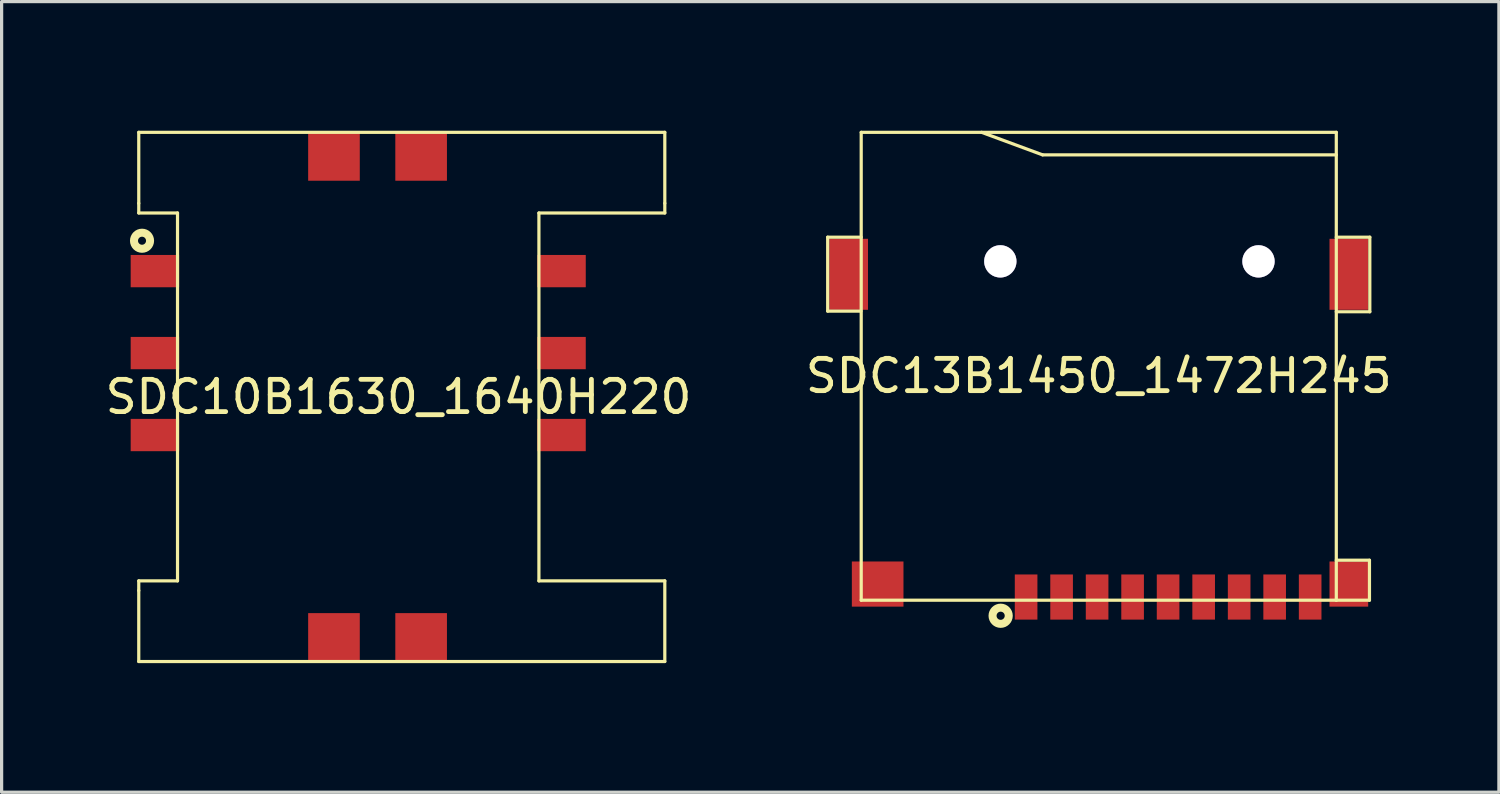
<source format=kicad_pcb>
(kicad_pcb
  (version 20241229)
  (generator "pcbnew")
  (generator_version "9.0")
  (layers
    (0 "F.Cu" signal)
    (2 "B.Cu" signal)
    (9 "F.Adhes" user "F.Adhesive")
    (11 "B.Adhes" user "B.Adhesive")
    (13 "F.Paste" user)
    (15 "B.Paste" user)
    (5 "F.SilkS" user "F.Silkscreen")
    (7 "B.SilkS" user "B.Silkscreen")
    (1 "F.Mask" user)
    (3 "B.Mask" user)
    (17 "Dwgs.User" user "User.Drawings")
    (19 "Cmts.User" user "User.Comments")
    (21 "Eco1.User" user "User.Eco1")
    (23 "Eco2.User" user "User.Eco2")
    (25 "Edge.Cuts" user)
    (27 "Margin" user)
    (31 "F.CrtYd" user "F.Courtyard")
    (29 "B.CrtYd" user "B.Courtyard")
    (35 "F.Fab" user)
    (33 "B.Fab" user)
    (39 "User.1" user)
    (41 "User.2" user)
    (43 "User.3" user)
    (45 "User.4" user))
  (footprint "SDC13B1450_1472H245"
    (layer "F.Cu")
    (at 30.998 8.6)
    (property "Reference" "SDC13B1450_1472H245" (at 0 0 0) (layer "F.SilkS") (effects (font (size 1 1) (thickness 0.15))))
    (fp_line (start -8.4 -4.3) (end -8.4 -2.009) (stroke (width 0.099) (type default)) (layer "F.SilkS"))
    (fp_line (start -7.371 -2.009) (end -8.4 -2.009) (stroke (width 0.099) (type default)) (layer "F.SilkS"))
    (fp_line (start -7.361 -7.549) (end -7.361 6.949) (stroke (width 0.099) (type default)) (layer "F.SilkS"))
    (fp_line (start -7.361 -4.3) (end -8.4 -4.3) (stroke (width 0.099) (type default)) (layer "F.SilkS"))
    (fp_line (start -1.74 -6.851) (end -3.63 -7.549) (stroke (width 0.099) (type default)) (layer "F.SilkS"))
    (fp_line (start 7.361 -7.549) (end -7.361 -7.549) (stroke (width 0.099) (type default)) (layer "F.SilkS"))
    (fp_line (start 7.361 -7.549) (end 7.361 6.949) (stroke (width 0.099) (type default)) (layer "F.SilkS"))
    (fp_line (start 7.361 -6.851) (end -1.74 -6.851) (stroke (width 0.099) (type default)) (layer "F.SilkS"))
    (fp_line (start 7.361 6.949) (end -7.361 6.949) (stroke (width 0.099) (type default)) (layer "F.SilkS"))
    (fp_line (start 8.389 5.71) (end 7.361 5.71) (stroke (width 0.099) (type default)) (layer "F.SilkS"))
    (fp_line (start 8.389 5.71) (end 8.389 6.949) (stroke (width 0.099) (type default)) (layer "F.SilkS"))
    (fp_line (start 8.389 6.949) (end 7.361 6.949) (stroke (width 0.099) (type default)) (layer "F.SilkS"))
    (fp_line (start 8.4 -4.3) (end 7.361 -4.3) (stroke (width 0.099) (type default)) (layer "F.SilkS"))
    (fp_line (start 8.4 -4.3) (end 8.4 -1.989) (stroke (width 0.099) (type default)) (layer "F.SilkS"))
    (fp_line (start 8.4 -1.989) (end 7.361 -1.989) (stroke (width 0.099) (type default)) (layer "F.SilkS"))
    (fp_circle (center -3.04 7.431) (end -2.789 7.431) (stroke (width 0.249) (type default)) (fill no) (layer "F.SilkS"))
    (fp_line (start -9.35 -8.55) (end -9.35 8.55) (stroke (width 0.025) (type default)) (layer "User.1"))
    (fp_line (start 9.35 -8.55) (end -9.35 -8.55) (stroke (width 0.025) (type default)) (layer "User.1"))
    (fp_line (start 9.35 -8.55) (end 9.35 8.55) (stroke (width 0.025) (type default)) (layer "User.1"))
    (fp_line (start 9.35 8.55) (end -9.35 8.55) (stroke (width 0.025) (type default)) (layer "User.1"))
    (fp_poly (pts (xy 7.361 6.949) (xy 7.361 -7.549) (xy -7.361 -7.549) (xy -7.361 6.949)) (stroke (width 0.1) (type default)) (fill no) (layer "User.1"))
    (fp_poly (pts (xy 7.361 6.949) (xy 7.361 -7.549) (xy -7.361 -7.549) (xy -7.361 6.949)) (stroke (width 0.1) (type default)) (fill no) (layer "User.1"))
    (fp_poly (pts (xy 9.35 -8.55) (xy 7.389 -8.55) (xy 7.389 6.98) (xy -7.381 6.98) (xy -7.381 -7.569) (xy 7.361 -7.569) (xy 7.361 -8.55) (xy -9.35 -8.55) (xy -9.35 8.55) (xy 9.35 8.55)) (stroke (width 0.1) (type default)) (fill no) (layer "User.1"))
    (fp_poly (pts (xy 9.35 -8.55) (xy 7.389 -8.55) (xy 7.389 6.98) (xy -7.381 6.98) (xy -7.381 -7.569) (xy 7.361 -7.569) (xy 7.361 -8.55) (xy -9.35 -8.55) (xy -9.35 8.55) (xy 9.35 8.55)) (stroke (width 0.1) (type default)) (fill no) (layer "User.1"))
    (pad "1" smd rect (at -2.251 6.851 180) (size 0.701 1.399) (layers "F.Cu" "F.Mask" "F.Paste"))
    (pad "2" smd rect (at -1.151 6.851 180) (size 0.701 1.399) (layers "F.Cu" "F.Mask" "F.Paste"))
    (pad "3" smd rect (at -0.051 6.851 180) (size 0.701 1.399) (layers "F.Cu" "F.Mask" "F.Paste"))
    (pad "4" smd rect (at 1.049 6.851 180) (size 0.701 1.399) (layers "F.Cu" "F.Mask" "F.Paste"))
    (pad "5" smd rect (at 2.149 6.851 180) (size 0.701 1.399) (layers "F.Cu" "F.Mask" "F.Paste"))
    (pad "6" smd rect (at 3.251 6.851 180) (size 0.701 1.399) (layers "F.Cu" "F.Mask" "F.Paste"))
    (pad "7" smd rect (at 4.351 6.851 180) (size 0.701 1.399) (layers "F.Cu" "F.Mask" "F.Paste"))
    (pad "8" smd rect (at 5.451 6.851 180) (size 0.701 1.399) (layers "F.Cu" "F.Mask" "F.Paste"))
    (pad "9" smd rect (at 6.551 6.851 180) (size 0.701 1.399) (layers "F.Cu" "F.Mask" "F.Paste"))
    (pad "10" smd rect (at 7.75 6.449 180) (size 1.199 1.399) (layers "F.Cu" "F.Mask" "F.Paste"))
    (pad "11" smd rect (at -6.851 6.449 180) (size 1.6 1.399) (layers "F.Cu" "F.Mask" "F.Paste"))
    (pad "12" smd rect (at 7.75 -3.15 180) (size 1.199 2.2) (layers "F.Cu" "F.Mask" "F.Paste"))
    (pad "13" smd rect (at -7.75 -3.15 180) (size 1.199 2.2) (layers "F.Cu" "F.Mask" "F.Paste"))
    (pad "14" thru_hole circle (at -3.05 -3.551 180) (size 1.001 1.001) (drill 1.001) (layers "*.Cu" "*.Mask"))
    (pad "15" thru_hole circle (at 4.95 -3.551 180) (size 1.001 1.001) (drill 1.001) (layers "*.Cu" "*.Mask"))
    (zone (net_name "") (layer "Edge.Cuts") (hatch edge 0.5) (connect_pads) (min_thickness 0.25) (filled_areas_thickness no) (keepout (tracks not_allowed) (vias not_allowed) (pads not_allowed) (copperpour not_allowed) (footprints allowed)) (placement (enabled no)) (fill) (polygon (pts (xy 28.118 4.417) (xy 28.276 4.482) (xy 28.412 4.587) (xy 28.516 4.722) (xy 28.581 4.88) (xy 28.604 5.05) (xy 28.581 5.22) (xy 28.516 5.378) (xy 28.412 5.513) (xy 28.276 5.617) (xy 28.118 5.683) (xy 27.948 5.705) (xy 27.779 5.683) (xy 27.621 5.617) (xy 27.485 5.513) (xy 27.381 5.378) (xy 27.316 5.22) (xy 27.293 5.05) (xy 27.316 4.88) (xy 27.381 4.722) (xy 27.485 4.587) (xy 27.621 4.482) (xy 27.779 4.417) (xy 27.948 4.394))))
    (zone (net_name "") (layer "Edge.Cuts") (hatch edge 0.5) (connect_pads) (min_thickness 0.25) (filled_areas_thickness no) (keepout (tracks not_allowed) (vias not_allowed) (pads not_allowed) (copperpour not_allowed) (footprints allowed)) (placement (enabled no)) (fill) (polygon (pts (xy 36.118 4.415) (xy 36.276 4.481) (xy 36.413 4.585) (xy 36.517 4.721) (xy 36.583 4.88) (xy 36.605 5.05) (xy 36.583 5.22) (xy 36.517 5.378) (xy 36.413 5.514) (xy 36.276 5.618) (xy 36.118 5.684) (xy 35.949 5.706) (xy 35.779 5.684) (xy 35.62 5.618) (xy 35.484 5.514) (xy 35.38 5.378) (xy 35.315 5.22) (xy 35.292 5.05) (xy 35.315 4.88) (xy 35.38 4.721) (xy 35.484 4.585) (xy 35.62 4.481) (xy 35.779 4.415) (xy 35.949 4.394)))))
  (footprint "SDC10B1630_1640H220"
    (layer "F.Cu")
    (at 9.3 9.25)
    (property "Reference" "SDC10B1630_1640H220" (at 0 0 0) (layer "F.SilkS") (effects (font (size 1 1) (thickness 0.15))))
    (fp_line (start -8.05 -8.199) (end -8.05 -6) (stroke (width 0.099) (type default)) (layer "F.SilkS"))
    (fp_line (start -8.05 -6) (end -8.05 -5.7) (stroke (width 0.099) (type default)) (layer "F.SilkS"))
    (fp_line (start -8.05 5.7) (end -8.05 6) (stroke (width 0.099) (type default)) (layer "F.SilkS"))
    (fp_line (start -8.05 6) (end -8.05 8.199) (stroke (width 0.099) (type default)) (layer "F.SilkS"))
    (fp_line (start -6.849 -5.7) (end -8.05 -5.7) (stroke (width 0.099) (type default)) (layer "F.SilkS"))
    (fp_line (start -6.849 -5.7) (end -6.849 5.7) (stroke (width 0.099) (type default)) (layer "F.SilkS"))
    (fp_line (start -6.849 5.7) (end -8.05 5.7) (stroke (width 0.099) (type default)) (layer "F.SilkS"))
    (fp_line (start 4.35 -5.7) (end 4.35 5.7) (stroke (width 0.099) (type default)) (layer "F.SilkS"))
    (fp_line (start 8.251 -8.199) (end -8.05 -8.199) (stroke (width 0.099) (type default)) (layer "F.SilkS"))
    (fp_line (start 8.251 -8.199) (end 8.251 -6) (stroke (width 0.099) (type default)) (layer "F.SilkS"))
    (fp_line (start 8.251 -6) (end 8.251 -5.7) (stroke (width 0.099) (type default)) (layer "F.SilkS"))
    (fp_line (start 8.251 -5.7) (end 4.35 -5.7) (stroke (width 0.099) (type default)) (layer "F.SilkS"))
    (fp_line (start 8.251 5.7) (end 4.35 5.7) (stroke (width 0.099) (type default)) (layer "F.SilkS"))
    (fp_line (start 8.251 5.7) (end 8.251 8.199) (stroke (width 0.099) (type default)) (layer "F.SilkS"))
    (fp_line (start 8.251 8.199) (end -8.05 8.199) (stroke (width 0.099) (type default)) (layer "F.SilkS"))
    (fp_circle (center -7.949 -4.84) (end -7.7 -4.84) (stroke (width 0.249) (type default)) (fill no) (layer "F.SilkS"))
    (fp_line (start -9.249 -9.2) (end -9.249 9.2) (stroke (width 0.025) (type default)) (layer "User.1"))
    (fp_line (start -8.048 -8.199) (end -8.048 8.201) (stroke (width 0.025) (type default)) (layer "User.1"))
    (fp_line (start -7.55 2.499) (end -7.149 2.901) (stroke (width 0.025) (type default)) (layer "User.1"))
    (fp_line (start -7.149 2.901) (end -8.749 2.901) (stroke (width 0.025) (type default)) (layer "User.1"))
    (fp_line (start -7.149 2.901) (end -7.55 3.3) (stroke (width 0.025) (type default)) (layer "User.1"))
    (fp_line (start 8.251 -8.199) (end -8.048 -8.199) (stroke (width 0.025) (type default)) (layer "User.1"))
    (fp_line (start 8.251 -8.199) (end 8.251 8.201) (stroke (width 0.025) (type default)) (layer "User.1"))
    (fp_line (start 8.251 8.201) (end -8.048 8.201) (stroke (width 0.025) (type default)) (layer "User.1"))
    (fp_line (start 9.249 -9.2) (end -9.249 -9.2) (stroke (width 0.025) (type default)) (layer "User.1"))
    (fp_line (start 9.249 -9.2) (end 9.249 9.2) (stroke (width 0.025) (type default)) (layer "User.1"))
    (fp_line (start 9.249 9.2) (end -9.249 9.2) (stroke (width 0.025) (type default)) (layer "User.1"))
    (fp_poly (pts (xy 9.249 -9.2) (xy 8.3 -9.2) (xy 8.3 8.22) (xy -8.06 8.22) (xy -8.06 -8.22) (xy 8.251 -8.22) (xy 8.251 -9.2) (xy -9.249 -9.2) (xy -9.249 9.2) (xy 9.249 9.2)) (stroke (width 0.1) (type default)) (fill no) (layer "User.1"))
    (fp_poly (pts (xy 9.249 -9.2) (xy 8.3 -9.2) (xy 8.3 8.22) (xy -8.06 8.22) (xy -8.06 -8.22) (xy 8.251 -8.22) (xy 8.251 -9.2) (xy -9.249 -9.2) (xy -9.249 9.2) (xy 9.249 9.2)) (stroke (width 0.1) (type default)) (fill no) (layer "User.1"))
    (pad "1" smd rect (at -7.55 -3.899 270) (size 1.001 1.501) (layers "F.Cu" "F.Mask" "F.Paste"))
    (pad "2" smd rect (at -7.55 -1.359 270) (size 1.001 1.501) (layers "F.Cu" "F.Mask" "F.Paste"))
    (pad "3" smd rect (at -7.55 1.181 270) (size 1.001 1.501) (layers "F.Cu" "F.Mask" "F.Paste"))
    (pad "5" smd rect (at 5.051 -3.899 270) (size 1.001 1.501) (layers "F.Cu" "F.Mask" "F.Paste"))
    (pad "6" smd rect (at 5.051 -1.359 270) (size 1.001 1.501) (layers "F.Cu" "F.Mask" "F.Paste"))
    (pad "7" smd rect (at 5.051 1.181 270) (size 1.001 1.501) (layers "F.Cu" "F.Mask" "F.Paste"))
    (pad "9" smd rect (at 0.7 -7.45 270) (size 1.501 1.6) (layers "F.Cu" "F.Mask" "F.Paste"))
    (pad "10" smd rect (at -2.001 -7.45 270) (size 1.501 1.6) (layers "F.Cu" "F.Mask" "F.Paste"))
    (pad "11" smd rect (at -2.001 7.45 270) (size 1.501 1.6) (layers "F.Cu" "F.Mask" "F.Paste"))
    (pad "12" smd rect (at 0.7 7.45 270) (size 1.501 1.6) (layers "F.Cu" "F.Mask" "F.Paste")))
  (gr_rect
    (start -3 -3)
    (end 43.398 21.5)
    (stroke (width 0.1) (type default))
    (fill no)
    (layer "Edge.Cuts")))
</source>
